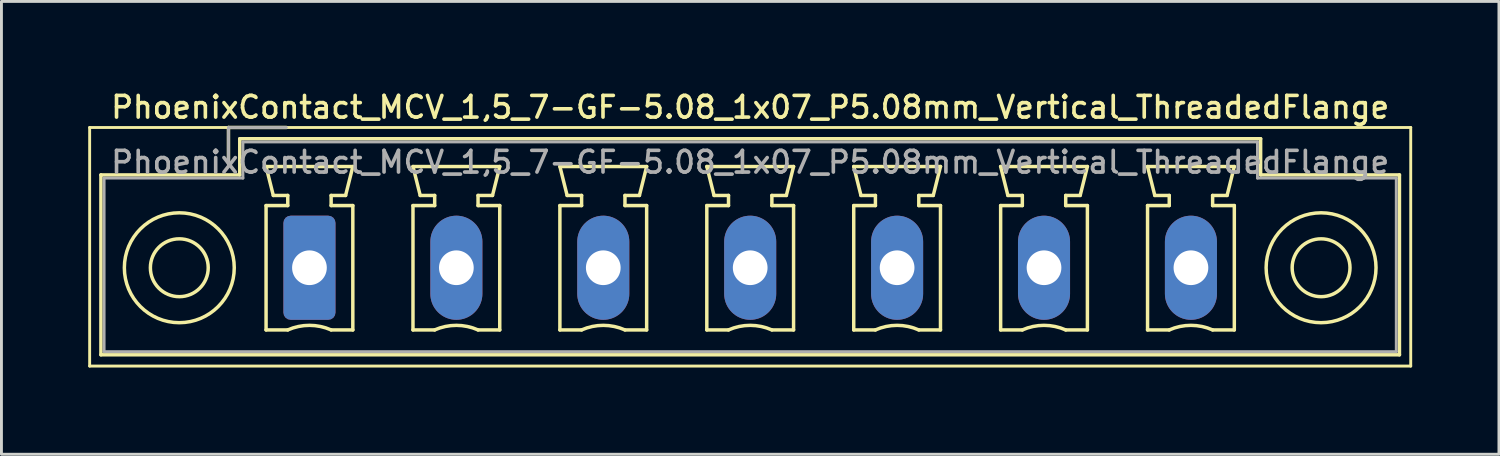
<source format=kicad_pcb>
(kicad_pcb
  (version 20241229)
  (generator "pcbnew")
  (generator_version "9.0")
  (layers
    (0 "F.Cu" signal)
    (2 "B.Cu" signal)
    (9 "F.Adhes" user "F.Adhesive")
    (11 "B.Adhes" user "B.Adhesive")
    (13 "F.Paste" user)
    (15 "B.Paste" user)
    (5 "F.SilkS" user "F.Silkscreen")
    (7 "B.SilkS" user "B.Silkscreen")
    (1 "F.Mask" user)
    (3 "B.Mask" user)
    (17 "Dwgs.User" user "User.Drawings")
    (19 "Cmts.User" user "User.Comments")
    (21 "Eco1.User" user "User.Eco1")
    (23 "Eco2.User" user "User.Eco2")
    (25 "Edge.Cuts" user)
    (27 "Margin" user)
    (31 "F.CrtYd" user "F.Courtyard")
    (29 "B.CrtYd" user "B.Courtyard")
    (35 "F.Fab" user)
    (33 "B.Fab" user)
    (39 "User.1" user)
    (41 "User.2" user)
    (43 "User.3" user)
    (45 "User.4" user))
  (footprint "PhoenixContact_MCV_1,5_7-GF-5.08_1x07_P5.08mm_Vertical_ThreadedFlange"
    (layer "F.Cu")
    (at 7.65 6.208)
    (property "Reference" "PhoenixContact_MCV_1,5_7-GF-5.08_1x07_P5.08mm_Vertical_ThreadedFlange" (at 15.24 -5.55 0) (layer "F.SilkS") (effects (font (size 0.75 0.75) (thickness 0.125))))
    (attr through_hole)
    (fp_line (start -7.6 -4.85) (end -7.6 3.4) (stroke (width 0.1) (type solid)) (layer "F.SilkS"))
    (fp_line (start -7.6 3.4) (end 38.08 3.4) (stroke (width 0.1) (type solid)) (layer "F.SilkS"))
    (fp_line (start -7.21 -3.21) (end -7.21 3.01) (stroke (width 0.12) (type solid)) (layer "F.SilkS"))
    (fp_line (start -7.21 3.01) (end 37.69 3.01) (stroke (width 0.12) (type solid)) (layer "F.SilkS"))
    (fp_line (start -2.8 -4.85) (end -0.8 -4.85) (stroke (width 0.12) (type solid)) (layer "F.SilkS"))
    (fp_line (start -2.8 -3.6) (end -2.8 -4.85) (stroke (width 0.12) (type solid)) (layer "F.SilkS"))
    (fp_line (start -2.41 -4.46) (end -2.41 -3.21) (stroke (width 0.12) (type solid)) (layer "F.SilkS"))
    (fp_line (start -2.41 -3.21) (end -7.21 -3.21) (stroke (width 0.12) (type solid)) (layer "F.SilkS"))
    (fp_line (start -1.5 -3.5) (end 1.5 -3.5) (stroke (width 0.12) (type solid)) (layer "F.SilkS"))
    (fp_line (start -1.5 -2.15) (end -0.75 -2.15) (stroke (width 0.12) (type solid)) (layer "F.SilkS"))
    (fp_line (start -1.5 2.15) (end -1.5 -2.15) (stroke (width 0.12) (type solid)) (layer "F.SilkS"))
    (fp_line (start -1.25 -2.5) (end -1.5 -3.5) (stroke (width 0.12) (type solid)) (layer "F.SilkS"))
    (fp_line (start -0.75 -2.5) (end -1.25 -2.5) (stroke (width 0.12) (type solid)) (layer "F.SilkS"))
    (fp_line (start -0.75 -2.15) (end -0.75 -2.5) (stroke (width 0.12) (type solid)) (layer "F.SilkS"))
    (fp_line (start -0.75 2.15) (end -1.5 2.15) (stroke (width 0.12) (type solid)) (layer "F.SilkS"))
    (fp_line (start 0.75 -2.5) (end 0.75 -2.15) (stroke (width 0.12) (type solid)) (layer "F.SilkS"))
    (fp_line (start 0.75 -2.15) (end 1.5 -2.15) (stroke (width 0.12) (type solid)) (layer "F.SilkS"))
    (fp_line (start 1.25 -2.5) (end 0.75 -2.5) (stroke (width 0.12) (type solid)) (layer "F.SilkS"))
    (fp_line (start 1.5 -3.5) (end 1.25 -2.5) (stroke (width 0.12) (type solid)) (layer "F.SilkS"))
    (fp_line (start 1.5 -2.15) (end 1.5 2.15) (stroke (width 0.12) (type solid)) (layer "F.SilkS"))
    (fp_line (start 1.5 2.15) (end 0.75 2.15) (stroke (width 0.12) (type solid)) (layer "F.SilkS"))
    (fp_line (start 3.58 -3.5) (end 6.58 -3.5) (stroke (width 0.12) (type solid)) (layer "F.SilkS"))
    (fp_line (start 3.58 -2.15) (end 4.33 -2.15) (stroke (width 0.12) (type solid)) (layer "F.SilkS"))
    (fp_line (start 3.58 2.15) (end 3.58 -2.15) (stroke (width 0.12) (type solid)) (layer "F.SilkS"))
    (fp_line (start 3.83 -2.5) (end 3.58 -3.5) (stroke (width 0.12) (type solid)) (layer "F.SilkS"))
    (fp_line (start 4.33 -2.5) (end 3.83 -2.5) (stroke (width 0.12) (type solid)) (layer "F.SilkS"))
    (fp_line (start 4.33 -2.15) (end 4.33 -2.5) (stroke (width 0.12) (type solid)) (layer "F.SilkS"))
    (fp_line (start 4.33 2.15) (end 3.58 2.15) (stroke (width 0.12) (type solid)) (layer "F.SilkS"))
    (fp_line (start 5.83 -2.5) (end 5.83 -2.15) (stroke (width 0.12) (type solid)) (layer "F.SilkS"))
    (fp_line (start 5.83 -2.15) (end 6.58 -2.15) (stroke (width 0.12) (type solid)) (layer "F.SilkS"))
    (fp_line (start 6.33 -2.5) (end 5.83 -2.5) (stroke (width 0.12) (type solid)) (layer "F.SilkS"))
    (fp_line (start 6.58 -3.5) (end 6.33 -2.5) (stroke (width 0.12) (type solid)) (layer "F.SilkS"))
    (fp_line (start 6.58 -2.15) (end 6.58 2.15) (stroke (width 0.12) (type solid)) (layer "F.SilkS"))
    (fp_line (start 6.58 2.15) (end 5.83 2.15) (stroke (width 0.12) (type solid)) (layer "F.SilkS"))
    (fp_line (start 8.66 -3.5) (end 11.66 -3.5) (stroke (width 0.12) (type solid)) (layer "F.SilkS"))
    (fp_line (start 8.66 -2.15) (end 9.41 -2.15) (stroke (width 0.12) (type solid)) (layer "F.SilkS"))
    (fp_line (start 8.66 2.15) (end 8.66 -2.15) (stroke (width 0.12) (type solid)) (layer "F.SilkS"))
    (fp_line (start 8.91 -2.5) (end 8.66 -3.5) (stroke (width 0.12) (type solid)) (layer "F.SilkS"))
    (fp_line (start 9.41 -2.5) (end 8.91 -2.5) (stroke (width 0.12) (type solid)) (layer "F.SilkS"))
    (fp_line (start 9.41 -2.15) (end 9.41 -2.5) (stroke (width 0.12) (type solid)) (layer "F.SilkS"))
    (fp_line (start 9.41 2.15) (end 8.66 2.15) (stroke (width 0.12) (type solid)) (layer "F.SilkS"))
    (fp_line (start 10.91 -2.5) (end 10.91 -2.15) (stroke (width 0.12) (type solid)) (layer "F.SilkS"))
    (fp_line (start 10.91 -2.15) (end 11.66 -2.15) (stroke (width 0.12) (type solid)) (layer "F.SilkS"))
    (fp_line (start 11.41 -2.5) (end 10.91 -2.5) (stroke (width 0.12) (type solid)) (layer "F.SilkS"))
    (fp_line (start 11.66 -3.5) (end 11.41 -2.5) (stroke (width 0.12) (type solid)) (layer "F.SilkS"))
    (fp_line (start 11.66 -2.15) (end 11.66 2.15) (stroke (width 0.12) (type solid)) (layer "F.SilkS"))
    (fp_line (start 11.66 2.15) (end 10.91 2.15) (stroke (width 0.12) (type solid)) (layer "F.SilkS"))
    (fp_line (start 13.74 -3.5) (end 16.74 -3.5) (stroke (width 0.12) (type solid)) (layer "F.SilkS"))
    (fp_line (start 13.74 -2.15) (end 14.49 -2.15) (stroke (width 0.12) (type solid)) (layer "F.SilkS"))
    (fp_line (start 13.74 2.15) (end 13.74 -2.15) (stroke (width 0.12) (type solid)) (layer "F.SilkS"))
    (fp_line (start 13.99 -2.5) (end 13.74 -3.5) (stroke (width 0.12) (type solid)) (layer "F.SilkS"))
    (fp_line (start 14.49 -2.5) (end 13.99 -2.5) (stroke (width 0.12) (type solid)) (layer "F.SilkS"))
    (fp_line (start 14.49 -2.15) (end 14.49 -2.5) (stroke (width 0.12) (type solid)) (layer "F.SilkS"))
    (fp_line (start 14.49 2.15) (end 13.74 2.15) (stroke (width 0.12) (type solid)) (layer "F.SilkS"))
    (fp_line (start 15.99 -2.5) (end 15.99 -2.15) (stroke (width 0.12) (type solid)) (layer "F.SilkS"))
    (fp_line (start 15.99 -2.15) (end 16.74 -2.15) (stroke (width 0.12) (type solid)) (layer "F.SilkS"))
    (fp_line (start 16.49 -2.5) (end 15.99 -2.5) (stroke (width 0.12) (type solid)) (layer "F.SilkS"))
    (fp_line (start 16.74 -3.5) (end 16.49 -2.5) (stroke (width 0.12) (type solid)) (layer "F.SilkS"))
    (fp_line (start 16.74 -2.15) (end 16.74 2.15) (stroke (width 0.12) (type solid)) (layer "F.SilkS"))
    (fp_line (start 16.74 2.15) (end 15.99 2.15) (stroke (width 0.12) (type solid)) (layer "F.SilkS"))
    (fp_line (start 18.82 -3.5) (end 21.82 -3.5) (stroke (width 0.12) (type solid)) (layer "F.SilkS"))
    (fp_line (start 18.82 -2.15) (end 19.57 -2.15) (stroke (width 0.12) (type solid)) (layer "F.SilkS"))
    (fp_line (start 18.82 2.15) (end 18.82 -2.15) (stroke (width 0.12) (type solid)) (layer "F.SilkS"))
    (fp_line (start 19.07 -2.5) (end 18.82 -3.5) (stroke (width 0.12) (type solid)) (layer "F.SilkS"))
    (fp_line (start 19.57 -2.5) (end 19.07 -2.5) (stroke (width 0.12) (type solid)) (layer "F.SilkS"))
    (fp_line (start 19.57 -2.15) (end 19.57 -2.5) (stroke (width 0.12) (type solid)) (layer "F.SilkS"))
    (fp_line (start 19.57 2.15) (end 18.82 2.15) (stroke (width 0.12) (type solid)) (layer "F.SilkS"))
    (fp_line (start 21.07 -2.5) (end 21.07 -2.15) (stroke (width 0.12) (type solid)) (layer "F.SilkS"))
    (fp_line (start 21.07 -2.15) (end 21.82 -2.15) (stroke (width 0.12) (type solid)) (layer "F.SilkS"))
    (fp_line (start 21.57 -2.5) (end 21.07 -2.5) (stroke (width 0.12) (type solid)) (layer "F.SilkS"))
    (fp_line (start 21.82 -3.5) (end 21.57 -2.5) (stroke (width 0.12) (type solid)) (layer "F.SilkS"))
    (fp_line (start 21.82 -2.15) (end 21.82 2.15) (stroke (width 0.12) (type solid)) (layer "F.SilkS"))
    (fp_line (start 21.82 2.15) (end 21.07 2.15) (stroke (width 0.12) (type solid)) (layer "F.SilkS"))
    (fp_line (start 23.9 -3.5) (end 26.9 -3.5) (stroke (width 0.12) (type solid)) (layer "F.SilkS"))
    (fp_line (start 23.9 -2.15) (end 24.65 -2.15) (stroke (width 0.12) (type solid)) (layer "F.SilkS"))
    (fp_line (start 23.9 2.15) (end 23.9 -2.15) (stroke (width 0.12) (type solid)) (layer "F.SilkS"))
    (fp_line (start 24.15 -2.5) (end 23.9 -3.5) (stroke (width 0.12) (type solid)) (layer "F.SilkS"))
    (fp_line (start 24.65 -2.5) (end 24.15 -2.5) (stroke (width 0.12) (type solid)) (layer "F.SilkS"))
    (fp_line (start 24.65 -2.15) (end 24.65 -2.5) (stroke (width 0.12) (type solid)) (layer "F.SilkS"))
    (fp_line (start 24.65 2.15) (end 23.9 2.15) (stroke (width 0.12) (type solid)) (layer "F.SilkS"))
    (fp_line (start 26.15 -2.5) (end 26.15 -2.15) (stroke (width 0.12) (type solid)) (layer "F.SilkS"))
    (fp_line (start 26.15 -2.15) (end 26.9 -2.15) (stroke (width 0.12) (type solid)) (layer "F.SilkS"))
    (fp_line (start 26.65 -2.5) (end 26.15 -2.5) (stroke (width 0.12) (type solid)) (layer "F.SilkS"))
    (fp_line (start 26.9 -3.5) (end 26.65 -2.5) (stroke (width 0.12) (type solid)) (layer "F.SilkS"))
    (fp_line (start 26.9 -2.15) (end 26.9 2.15) (stroke (width 0.12) (type solid)) (layer "F.SilkS"))
    (fp_line (start 26.9 2.15) (end 26.15 2.15) (stroke (width 0.12) (type solid)) (layer "F.SilkS"))
    (fp_line (start 28.98 -3.5) (end 31.98 -3.5) (stroke (width 0.12) (type solid)) (layer "F.SilkS"))
    (fp_line (start 28.98 -2.15) (end 29.73 -2.15) (stroke (width 0.12) (type solid)) (layer "F.SilkS"))
    (fp_line (start 28.98 2.15) (end 28.98 -2.15) (stroke (width 0.12) (type solid)) (layer "F.SilkS"))
    (fp_line (start 29.23 -2.5) (end 28.98 -3.5) (stroke (width 0.12) (type solid)) (layer "F.SilkS"))
    (fp_line (start 29.73 -2.5) (end 29.23 -2.5) (stroke (width 0.12) (type solid)) (layer "F.SilkS"))
    (fp_line (start 29.73 -2.15) (end 29.73 -2.5) (stroke (width 0.12) (type solid)) (layer "F.SilkS"))
    (fp_line (start 29.73 2.15) (end 28.98 2.15) (stroke (width 0.12) (type solid)) (layer "F.SilkS"))
    (fp_line (start 31.23 -2.5) (end 31.23 -2.15) (stroke (width 0.12) (type solid)) (layer "F.SilkS"))
    (fp_line (start 31.23 -2.15) (end 31.98 -2.15) (stroke (width 0.12) (type solid)) (layer "F.SilkS"))
    (fp_line (start 31.73 -2.5) (end 31.23 -2.5) (stroke (width 0.12) (type solid)) (layer "F.SilkS"))
    (fp_line (start 31.98 -3.5) (end 31.73 -2.5) (stroke (width 0.12) (type solid)) (layer "F.SilkS"))
    (fp_line (start 31.98 -2.15) (end 31.98 2.15) (stroke (width 0.12) (type solid)) (layer "F.SilkS"))
    (fp_line (start 31.98 2.15) (end 31.23 2.15) (stroke (width 0.12) (type solid)) (layer "F.SilkS"))
    (fp_line (start 32.89 -4.46) (end -2.41 -4.46) (stroke (width 0.12) (type solid)) (layer "F.SilkS"))
    (fp_line (start 32.89 -3.21) (end 32.89 -4.46) (stroke (width 0.12) (type solid)) (layer "F.SilkS"))
    (fp_line (start 37.69 -3.21) (end 32.89 -3.21) (stroke (width 0.12) (type solid)) (layer "F.SilkS"))
    (fp_line (start 37.69 3.01) (end 37.69 -3.21) (stroke (width 0.12) (type solid)) (layer "F.SilkS"))
    (fp_line (start 38.08 -4.85) (end -7.6 -4.85) (stroke (width 0.1) (type solid)) (layer "F.SilkS"))
    (fp_line (start 38.08 3.4) (end 38.08 -4.85) (stroke (width 0.1) (type solid)) (layer "F.SilkS"))
    (fp_arc (start -0.75 2.15) (mid -0.000193 1.99191) (end 0.749647 2.149844) (stroke (width 0.12) (type solid)) (layer "F.SilkS"))
    (fp_arc (start 4.33 2.15) (mid 5.079807 1.99191) (end 5.829647 2.149844) (stroke (width 0.12) (type solid)) (layer "F.SilkS"))
    (fp_arc (start 9.41 2.15) (mid 10.159807 1.99191) (end 10.909647 2.149844) (stroke (width 0.12) (type solid)) (layer "F.SilkS"))
    (fp_arc (start 14.49 2.15) (mid 15.239807 1.99191) (end 15.989647 2.149844) (stroke (width 0.12) (type solid)) (layer "F.SilkS"))
    (fp_arc (start 19.57 2.15) (mid 20.319807 1.99191) (end 21.069647 2.149844) (stroke (width 0.12) (type solid)) (layer "F.SilkS"))
    (fp_arc (start 24.65 2.15) (mid 25.399807 1.99191) (end 26.149647 2.149844) (stroke (width 0.12) (type solid)) (layer "F.SilkS"))
    (fp_arc (start 29.73 2.15) (mid 30.479807 1.99191) (end 31.229647 2.149844) (stroke (width 0.12) (type solid)) (layer "F.SilkS"))
    (fp_circle (center -4.5 0) (end -3.5 0) (stroke (width 0.12) (type solid)) (fill no) (layer "F.SilkS"))
    (fp_circle (center -4.5 0) (end -2.6 0) (stroke (width 0.12) (type solid)) (fill no) (layer "F.SilkS"))
    (fp_circle (center 34.98 0) (end 35.98 0) (stroke (width 0.12) (type solid)) (fill no) (layer "F.SilkS"))
    (fp_circle (center 34.98 0) (end 36.88 0) (stroke (width 0.12) (type solid)) (fill no) (layer "F.SilkS"))
    (fp_line (start -7.1 -3.1) (end -7.1 2.9) (stroke (width 0.1) (type solid)) (layer "F.Fab"))
    (fp_line (start -7.1 2.9) (end 37.58 2.9) (stroke (width 0.1) (type solid)) (layer "F.Fab"))
    (fp_line (start -2.8 -4.85) (end -0.8 -4.85) (stroke (width 0.1) (type solid)) (layer "F.Fab"))
    (fp_line (start -2.8 -3.6) (end -2.8 -4.85) (stroke (width 0.1) (type solid)) (layer "F.Fab"))
    (fp_line (start -2.3 -4.35) (end -2.3 -3.1) (stroke (width 0.1) (type solid)) (layer "F.Fab"))
    (fp_line (start -2.3 -3.1) (end -7.1 -3.1) (stroke (width 0.1) (type solid)) (layer "F.Fab"))
    (fp_line (start 32.78 -4.35) (end -2.3 -4.35) (stroke (width 0.1) (type solid)) (layer "F.Fab"))
    (fp_line (start 32.78 -3.1) (end 32.78 -4.35) (stroke (width 0.1) (type solid)) (layer "F.Fab"))
    (fp_line (start 37.58 -3.1) (end 32.78 -3.1) (stroke (width 0.1) (type solid)) (layer "F.Fab"))
    (fp_line (start 37.58 2.9) (end 37.58 -3.1) (stroke (width 0.1) (type solid)) (layer "F.Fab"))
    (fp_text user "${REFERENCE}" (at 15.24 -3.65 0) (layer "F.Fab") (effects (font (size 0.75 0.75) (thickness 0.125))))
    (pad "1" thru_hole roundrect (at 0 0) (size 1.8 3.6) (drill 1.2) (layers "*.Cu" "*.Mask") (roundrect_rratio 0.139))
    (pad "2" thru_hole oval (at 5.08 0) (size 1.8 3.6) (drill 1.2) (layers "*.Cu" "*.Mask"))
    (pad "3" thru_hole oval (at 10.16 0) (size 1.8 3.6) (drill 1.2) (layers "*.Cu" "*.Mask"))
    (pad "4" thru_hole oval (at 15.24 0) (size 1.8 3.6) (drill 1.2) (layers "*.Cu" "*.Mask"))
    (pad "5" thru_hole oval (at 20.32 0) (size 1.8 3.6) (drill 1.2) (layers "*.Cu" "*.Mask"))
    (pad "6" thru_hole oval (at 25.4 0) (size 1.8 3.6) (drill 1.2) (layers "*.Cu" "*.Mask"))
    (pad "7" thru_hole oval (at 30.48 0) (size 1.8 3.6) (drill 1.2) (layers "*.Cu" "*.Mask")))
  (gr_rect
    (start -3 -3)
    (end 48.78 12.658)
    (stroke (width 0.1) (type default))
    (fill no)
    (layer "Edge.Cuts")))
</source>
